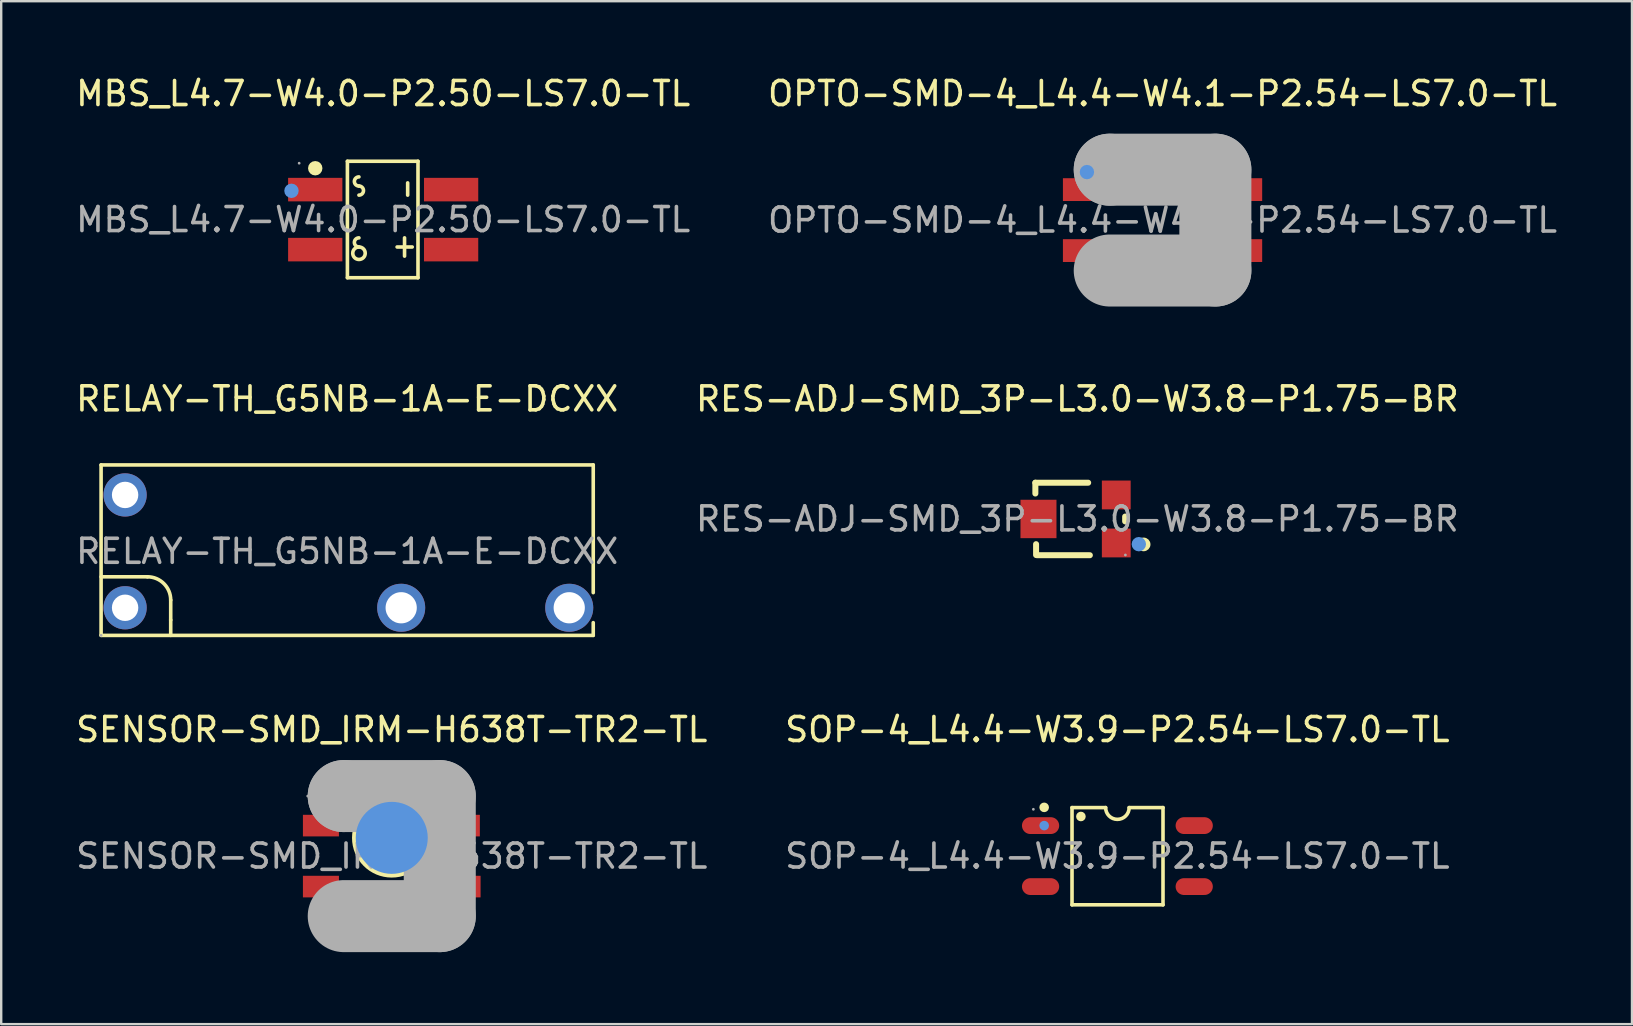
<source format=kicad_pcb>
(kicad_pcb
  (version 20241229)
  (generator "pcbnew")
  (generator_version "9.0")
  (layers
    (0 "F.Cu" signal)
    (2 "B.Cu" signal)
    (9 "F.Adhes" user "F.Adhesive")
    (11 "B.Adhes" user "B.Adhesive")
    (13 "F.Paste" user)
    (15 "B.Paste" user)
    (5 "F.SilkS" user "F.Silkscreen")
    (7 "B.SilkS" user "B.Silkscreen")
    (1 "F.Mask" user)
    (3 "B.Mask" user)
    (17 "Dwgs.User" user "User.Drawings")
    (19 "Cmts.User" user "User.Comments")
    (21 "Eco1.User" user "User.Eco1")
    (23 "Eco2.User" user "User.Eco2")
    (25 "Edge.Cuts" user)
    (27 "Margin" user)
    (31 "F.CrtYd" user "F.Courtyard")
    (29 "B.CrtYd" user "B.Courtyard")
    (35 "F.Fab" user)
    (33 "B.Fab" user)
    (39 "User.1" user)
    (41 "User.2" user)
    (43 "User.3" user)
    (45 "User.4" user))
  (footprint "MBS_L4.7-W4.0-P2.50-LS7.0-TL"
    (layer "F.Cu")
    (at 12.911 6.098)
    (property "Reference" "MBS_L4.7-W4.0-P2.50-LS7.0-TL" (at 0 -5.25 0) (layer "F.SilkS") (effects (font (size 1 1) (thickness 0.15))))
    (attr smd)
    (fp_line (start -1.49 -2.43) (end -1.49 2.42) (stroke (width 0.15) (type solid)) (layer "F.SilkS"))
    (fp_line (start -1.49 2.42) (end 1.45 2.42) (stroke (width 0.15) (type solid)) (layer "F.SilkS"))
    (fp_line (start 0.58 1.14) (end 1.21 1.14) (stroke (width 0.15) (type solid)) (layer "F.SilkS"))
    (fp_line (start 0.89 0.76) (end 0.89 1.52) (stroke (width 0.15) (type solid)) (layer "F.SilkS"))
    (fp_line (start 1.02 -1.53) (end 1.02 -1.02) (stroke (width 0.15) (type solid)) (layer "F.SilkS"))
    (fp_line (start 1.45 -2.43) (end -1.49 -2.43) (stroke (width 0.15) (type solid)) (layer "F.SilkS"))
    (fp_line (start 1.45 2.42) (end 1.45 -2.43) (stroke (width 0.15) (type solid)) (layer "F.SilkS"))
    (fp_arc (start -1.01 -1.4) (mid -1.2 -1.59) (end -1.01 -1.78) (stroke (width 0.15) (type solid)) (layer "F.SilkS"))
    (fp_arc (start -1.01 -1.4) (mid -0.82 -1.21) (end -1.01 -1.02) (stroke (width 0.15) (type solid)) (layer "F.SilkS"))
    (fp_arc (start -1.01 1.14) (mid -1.2 0.95) (end -1.01 0.76) (stroke (width 0.15) (type solid)) (layer "F.SilkS"))
    (fp_arc (start -1.005462 1.14004) (mid -1.012269 1.65999) (end -1.01 1.14) (stroke (width 0.15) (type solid)) (layer "F.SilkS"))
    (fp_circle (center -2.83 -2.14) (end -2.68 -2.14) (stroke (width 0.3) (type solid)) (fill no) (layer "F.SilkS"))
    (fp_circle (center -3.82 -1.2) (end -3.67 -1.2) (stroke (width 0.3) (type solid)) (fill no) (layer "Cmts.User"))
    (fp_circle (center -3.5 -2.35) (end -3.47 -2.35) (stroke (width 0.06) (type solid)) (fill no) (layer "F.Fab"))
    (fp_text user "${REFERENCE}" (at 0 0 0) (layer "F.Fab") (effects (font (size 1 1) (thickness 0.15))))
    (pad "1" smd rect (at -2.83 -1.25 270) (size 0.98 2.26) (layers "F.Cu" "F.Mask" "F.Paste"))
    (pad "2" smd rect (at -2.83 1.25 270) (size 0.98 2.26) (layers "F.Cu" "F.Mask" "F.Paste"))
    (pad "3" smd rect (at 2.83 1.25 270) (size 0.98 2.26) (layers "F.Cu" "F.Mask" "F.Paste"))
    (pad "4" smd rect (at 2.83 -1.25 270) (size 0.98 2.26) (layers "F.Cu" "F.Mask" "F.Paste")))
  (footprint "SOP-4_L4.4-W3.9-P2.54-LS7.0-TL"
    (layer "F.Cu")
    (at 43.494 32.61)
    (property "Reference" "SOP-4_L4.4-W3.9-P2.54-LS7.0-TL" (at 0 -5.27 0) (layer "F.SilkS") (effects (font (size 1 1) (thickness 0.15))))
    (attr smd)
    (fp_line (start -1.89 2.03) (end -1.89 -2.02) (stroke (width 0.15) (type solid)) (layer "F.SilkS"))
    (fp_line (start -0.49 -2.02) (end -1.89 -2.02) (stroke (width 0.15) (type solid)) (layer "F.SilkS"))
    (fp_line (start 0.49 -2.02) (end 1.9 -2.02) (stroke (width 0.15) (type solid)) (layer "F.SilkS"))
    (fp_line (start 1.9 -2.02) (end 1.9 2.03) (stroke (width 0.15) (type solid)) (layer "F.SilkS"))
    (fp_line (start 1.9 2.03) (end -1.89 2.03) (stroke (width 0.15) (type solid)) (layer "F.SilkS"))
    (fp_arc (start 0.49 -2.02) (mid 0 -1.53) (end -0.49 -2.02) (stroke (width 0.15) (type solid)) (layer "F.SilkS"))
    (fp_circle (center -3.05 -2.03) (end -2.95 -2.03) (stroke (width 0.2) (type solid)) (fill no) (layer "F.SilkS"))
    (fp_circle (center -1.52 -1.65) (end -1.42 -1.65) (stroke (width 0.2) (type solid)) (fill no) (layer "F.SilkS"))
    (fp_circle (center -3.05 -1.27) (end -2.95 -1.27) (stroke (width 0.2) (type solid)) (fill no) (layer "Cmts.User"))
    (fp_circle (center -3.5 -1.95) (end -3.47 -1.95) (stroke (width 0.06) (type solid)) (fill no) (layer "F.Fab"))
    (fp_text user "${REFERENCE}" (at 0 0 0) (layer "F.Fab") (effects (font (size 1 1) (thickness 0.15))))
    (pad "1" smd oval (at -3.2 -1.27 270) (size 0.7 1.55) (layers "F.Cu" "F.Mask" "F.Paste"))
    (pad "2" smd oval (at -3.2 1.27 270) (size 0.7 1.55) (layers "F.Cu" "F.Mask" "F.Paste"))
    (pad "3" smd oval (at 3.2 1.27 270) (size 0.7 1.55) (layers "F.Cu" "F.Mask" "F.Paste"))
    (pad "4" smd oval (at 3.2 -1.27 270) (size 0.7 1.55) (layers "F.Cu" "F.Mask" "F.Paste")))
  (footprint "SENSOR-SMD_IRM-H638T-TR2-TL"
    (layer "F.Cu")
    (at 13.268 32.61)
    (property "Reference" "SENSOR-SMD_IRM-H638T-TR2-TL" (at 0 -5.27 0) (layer "F.SilkS") (effects (font (size 1 1) (thickness 0.15))))
    (attr smd)
    (fp_arc (start -2.79 -2.66) (mid -2.79 -2.66) (end -2.79 -2.66) (stroke (width 0.4) (type solid)) (layer "F.SilkS"))
    (fp_circle (center 0 -0.76) (end 1.53 -0.76) (stroke (width 0.25) (type solid)) (fill no) (layer "F.SilkS"))
    (fp_circle (center 0 -0.76) (end 0.75 -0.76) (stroke (width 1.5) (type solid)) (fill no) (layer "Cmts.User"))
    (fp_line (start -2 -2.5) (end -2 -2.5) (stroke (width 3) (type solid)) (layer "F.Fab"))
    (fp_line (start -2 -2.5) (end 2 -2.5) (stroke (width 3) (type solid)) (layer "F.Fab"))
    (fp_line (start 2 -2.5) (end 2 2.5) (stroke (width 3) (type solid)) (layer "F.Fab"))
    (fp_line (start 2 2.5) (end -2 2.5) (stroke (width 3) (type solid)) (layer "F.Fab"))
    (fp_circle (center -3.5 -2.5) (end -3.47 -2.5) (stroke (width 0.06) (type solid)) (fill no) (layer "F.Fab"))
    (fp_text user "${REFERENCE}" (at 0 0 0) (layer "F.Fab") (effects (font (size 1 1) (thickness 0.15))))
    (pad "1" smd rect (at -2.95 -1.27 90) (size 0.9 1.5) (layers "F.Cu" "F.Mask" "F.Paste"))
    (pad "2" smd rect (at -2.95 1.27 90) (size 0.9 1.5) (layers "F.Cu" "F.Mask" "F.Paste"))
    (pad "3" smd rect (at 2.95 1.27 90) (size 0.9 1.5) (layers "F.Cu" "F.Mask" "F.Paste"))
    (pad "4" smd rect (at 2.92 -1.27 90) (size 0.9 1.5) (layers "F.Cu" "F.Mask" "F.Paste")))
  (footprint "OPTO-SMD-4_L4.4-W4.1-P2.54-LS7.0-TL"
    (layer "F.Cu")
    (at 45.375 6.118)
    (property "Reference" "OPTO-SMD-4_L4.4-W4.1-P2.54-LS7.0-TL" (at 0 -5.27 0) (layer "F.SilkS") (effects (font (size 1 1) (thickness 0.15))))
    (attr smd)
    (fp_arc (start -1.65 -1.52) (mid -1.644991 -1.120063) (end -1.660014 -1.519749) (stroke (width 0.4) (type solid)) (layer "F.SilkS"))
    (fp_circle (center -3.15 -2) (end -3 -2) (stroke (width 0.3) (type solid)) (fill no) (layer "Cmts.User"))
    (fp_line (start -2.2 -2.1) (end -2.2 -2.1) (stroke (width 3) (type solid)) (layer "F.Fab"))
    (fp_line (start -2.2 -2.1) (end 2.2 -2.1) (stroke (width 3) (type solid)) (layer "F.Fab"))
    (fp_line (start 2.2 -2.1) (end 2.2 2.1) (stroke (width 3) (type solid)) (layer "F.Fab"))
    (fp_line (start 2.2 2.1) (end -2.2 2.1) (stroke (width 3) (type solid)) (layer "F.Fab"))
    (fp_circle (center -3.47 -1.92) (end -3.44 -1.92) (stroke (width 0.06) (type solid)) (fill no) (layer "F.Fab"))
    (fp_text user "${REFERENCE}" (at 0 0 0) (layer "F.Fab") (effects (font (size 1 1) (thickness 0.15))))
    (pad "1" smd rect (at -3.3 -1.27) (size 1.7 0.95) (layers "F.Cu" "F.Mask" "F.Paste"))
    (pad "2" smd rect (at -3.3 1.27) (size 1.7 0.95) (layers "F.Cu" "F.Mask" "F.Paste"))
    (pad "3" smd rect (at 3.3 1.27) (size 1.7 0.95) (layers "F.Cu" "F.Mask" "F.Paste"))
    (pad "4" smd rect (at 3.3 -1.27) (size 1.7 0.95) (layers "F.Cu" "F.Mask" "F.Paste")))
  (footprint "RELAY-TH_G5NB-1A-E-DCXX"
    (layer "F.Cu")
    (at 11.411 19.916)
    (property "Reference" "RELAY-TH_G5NB-1A-E-DCXX" (at 0 -6.35 0) (layer "F.SilkS") (effects (font (size 1 1) (thickness 0.15))))
    (attr through_hole)
    (fp_line (start -10.25 -3.6) (end 10.25 -3.6) (stroke (width 0.15) (type solid)) (layer "F.SilkS"))
    (fp_line (start -10.25 1.06) (end -8.32 1.06) (stroke (width 0.15) (type solid)) (layer "F.SilkS"))
    (fp_line (start -10.25 3.5) (end -10.25 -3.6) (stroke (width 0.15) (type solid)) (layer "F.SilkS"))
    (fp_line (start -7.35 2.03) (end -7.35 2.86) (stroke (width 0.15) (type solid)) (layer "F.SilkS"))
    (fp_line (start -7.35 2.86) (end -7.35 3.5) (stroke (width 0.15) (type solid)) (layer "F.SilkS"))
    (fp_line (start 10.25 -3.6) (end 10.25 1.72) (stroke (width 0.15) (type solid)) (layer "F.SilkS"))
    (fp_line (start 10.25 2.97) (end 10.25 3.5) (stroke (width 0.15) (type solid)) (layer "F.SilkS"))
    (fp_line (start 10.25 3.5) (end -10.25 3.5) (stroke (width 0.15) (type solid)) (layer "F.SilkS"))
    (fp_arc (start -8.32 1.06) (mid -7.634106 1.344106) (end -7.35 2.03) (stroke (width 0.15) (type solid)) (layer "F.SilkS"))
    (fp_circle (center -10.25 3.5) (end -10.22 3.5) (stroke (width 0.06) (type solid)) (fill no) (layer "F.Fab"))
    (fp_text user "${REFERENCE}" (at 0 0 0) (layer "F.Fab") (effects (font (size 1 1) (thickness 0.15))))
    (pad "1" thru_hole circle (at -9.25 2.35) (size 1.8 1.8) (drill 1.1) (layers "*.Cu" "*.Mask"))
    (pad "2" thru_hole circle (at 2.25 2.35) (size 2 2) (drill 1.3) (layers "*.Cu" "*.Mask"))
    (pad "3" thru_hole circle (at 9.25 2.35) (size 2 2) (drill 1.3) (layers "*.Cu" "*.Mask"))
    (pad "4" thru_hole circle (at -9.25 -2.35) (size 1.8 1.8) (drill 1.1) (layers "*.Cu" "*.Mask")))
  (footprint "RES-ADJ-SMD_3P-L3.0-W3.8-P1.75-BR"
    (layer "F.Cu")
    (at 41.827 18.567)
    (property "Reference" "RES-ADJ-SMD_3P-L3.0-W3.8-P1.75-BR" (at 0 -5 0) (layer "F.SilkS") (effects (font (size 1 1) (thickness 0.15))))
    (attr smd)
    (fp_line (start -1.75 -1.51) (end -1.75 -1.06) (stroke (width 0.25) (type solid)) (layer "F.SilkS"))
    (fp_line (start -1.72 1.05) (end -1.72 1.5) (stroke (width 0.25) (type solid)) (layer "F.SilkS"))
    (fp_line (start 0.45 -1.51) (end -1.75 -1.51) (stroke (width 0.25) (type solid)) (layer "F.SilkS"))
    (fp_line (start 0.52 1.51) (end -1.68 1.51) (stroke (width 0.25) (type solid)) (layer "F.SilkS"))
    (fp_line (start 1.99 0.1) (end 1.99 -0.1) (stroke (width 0.25) (type solid)) (layer "F.SilkS"))
    (fp_circle (center 2.76 1.06) (end 2.92 1.06) (stroke (width 0.25) (type solid)) (fill no) (layer "F.SilkS"))
    (fp_circle (center 2.56 1.05) (end 2.71 1.05) (stroke (width 0.3) (type solid)) (fill no) (layer "Cmts.User"))
    (fp_circle (center 2 1.5) (end 2.03 1.5) (stroke (width 0.06) (type solid)) (fill no) (layer "F.Fab"))
    (fp_text user "${REFERENCE}" (at 0 0 0) (layer "F.Fab") (effects (font (size 1 1) (thickness 0.15))))
    (pad "1" smd rect (at 1.62 1 90) (size 1.2 1.2) (layers "F.Cu" "F.Mask" "F.Paste"))
    (pad "2" smd rect (at -1.62 0 90) (size 1.6 1.5) (layers "F.Cu" "F.Mask" "F.Paste"))
    (pad "3" smd rect (at 1.62 -1 90) (size 1.2 1.2) (layers "F.Cu" "F.Mask" "F.Paste")))
  (gr_rect
    (start -3 -3)
    (end 64.929 39.61)
    (stroke (width 0.1) (type default))
    (fill no)
    (layer "Edge.Cuts")))
</source>
